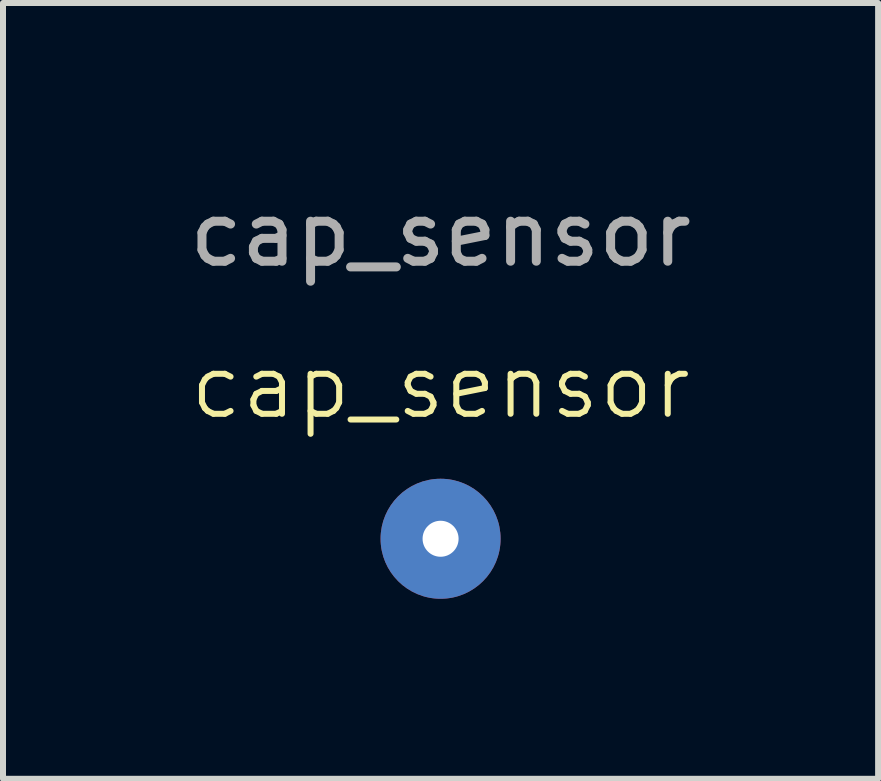
<source format=kicad_pcb>
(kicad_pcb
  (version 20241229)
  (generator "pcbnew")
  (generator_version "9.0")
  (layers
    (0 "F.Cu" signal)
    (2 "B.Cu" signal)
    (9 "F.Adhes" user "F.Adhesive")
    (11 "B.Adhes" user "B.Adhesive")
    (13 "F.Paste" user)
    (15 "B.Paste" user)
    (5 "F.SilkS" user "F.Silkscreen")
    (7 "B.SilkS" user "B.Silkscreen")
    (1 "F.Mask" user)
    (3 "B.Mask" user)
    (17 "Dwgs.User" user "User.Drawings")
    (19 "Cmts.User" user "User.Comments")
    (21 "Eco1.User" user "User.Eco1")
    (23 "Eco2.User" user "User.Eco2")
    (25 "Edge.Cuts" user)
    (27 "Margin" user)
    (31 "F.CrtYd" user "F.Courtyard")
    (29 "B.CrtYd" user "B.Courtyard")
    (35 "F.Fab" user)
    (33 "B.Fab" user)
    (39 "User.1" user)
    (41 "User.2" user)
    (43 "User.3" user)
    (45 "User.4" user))
  (footprint "cap_sensor"
    (layer "F.Cu")
    (at 4.292 5.928)
    (property "Reference" "cap_sensor" (at 0 -2.54 0) (unlocked yes) (layer "F.SilkS") (effects (font (size 1 1) (thickness 0.1))))
    (attr smd)
    (fp_text user "${REFERENCE}" (at 0 -5.08 0) (unlocked yes) (layer "F.Fab") (effects (font (size 1 1) (thickness 0.15))))
    (pad "1" thru_hole circle (at 0 0) (size 2 2) (drill 0.6) (layers "*.Cu" "*.Mask")))
  (gr_rect
    (start -3 -3)
    (end 11.583 9.928)
    (stroke (width 0.1) (type default))
    (fill no)
    (layer "Edge.Cuts")))
</source>
